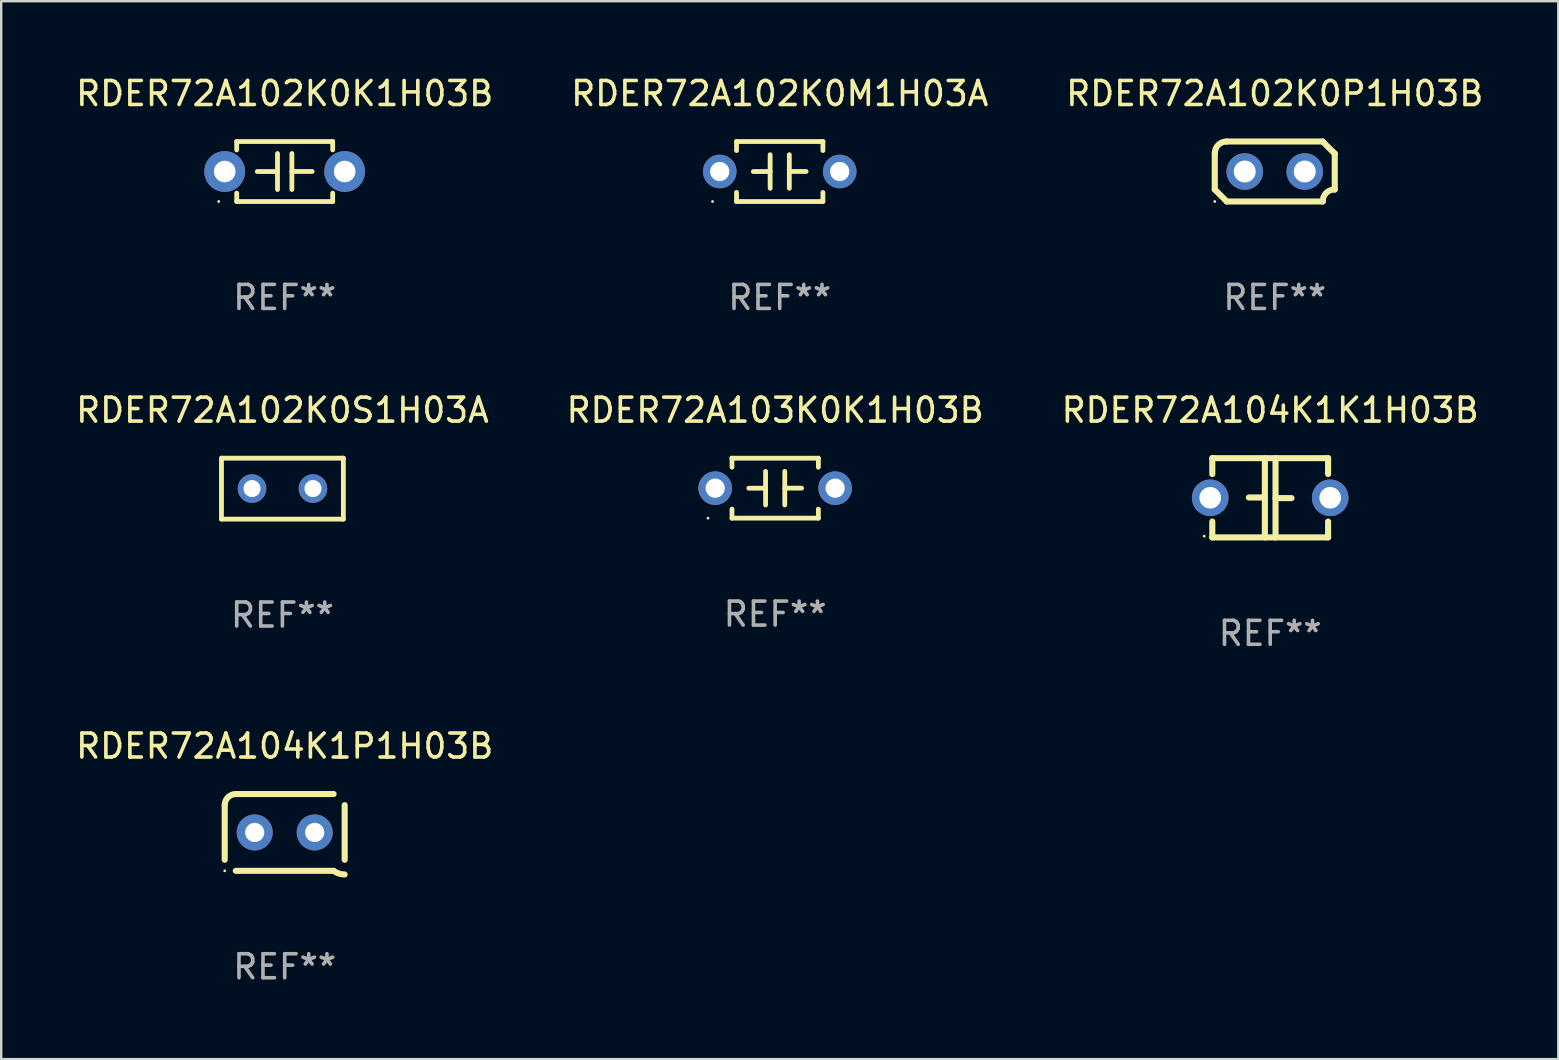
<source format=kicad_pcb>
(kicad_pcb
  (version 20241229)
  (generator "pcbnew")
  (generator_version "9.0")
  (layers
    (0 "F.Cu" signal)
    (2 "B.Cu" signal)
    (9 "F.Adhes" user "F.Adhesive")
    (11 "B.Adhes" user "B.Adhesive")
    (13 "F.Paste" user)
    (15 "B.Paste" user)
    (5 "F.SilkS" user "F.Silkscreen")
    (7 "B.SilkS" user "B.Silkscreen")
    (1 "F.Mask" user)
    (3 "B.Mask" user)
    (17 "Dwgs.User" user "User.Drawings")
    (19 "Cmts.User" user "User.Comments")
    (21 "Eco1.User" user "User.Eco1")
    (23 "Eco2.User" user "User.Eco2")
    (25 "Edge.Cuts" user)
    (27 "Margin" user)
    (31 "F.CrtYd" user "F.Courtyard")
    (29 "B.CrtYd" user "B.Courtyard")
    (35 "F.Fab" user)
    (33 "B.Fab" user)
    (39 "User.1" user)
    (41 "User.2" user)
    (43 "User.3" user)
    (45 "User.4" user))
  (footprint "RDER72A102K0S1H03A"
    (layer "F.Cu")
    (at 8.72 17.315)
    (property "Reference" "RDER72A102K0S1H03A" (at 0 -3.27 0) (layer "F.SilkS") (effects (font (size 1 1) (thickness 0.15))))
    (attr through_hole)
    (fp_line (start -2.54 -1.27) (end -2.54 1.27) (stroke (width 0.201) (type solid)) (layer "F.SilkS"))
    (fp_line (start -2.54 1.27) (end 2.54 1.27) (stroke (width 0.201) (type solid)) (layer "F.SilkS"))
    (fp_line (start 2.54 -1.27) (end -2.54 -1.27) (stroke (width 0.201) (type solid)) (layer "F.SilkS"))
    (fp_line (start 2.54 1.27) (end 2.54 -1.27) (stroke (width 0.201) (type solid)) (layer "F.SilkS"))
    (fp_circle (center -2.497 1.247) (end -2.467 1.247) (stroke (width 0.06) (type solid)) (fill no) (layer "F.SilkS"))
    (fp_text user "REF**" (at 0 5.27 0) (layer "F.Fab") (effects (font (size 1 1) (thickness 0.15))))
    (pad "1" thru_hole circle (at -1.267 -0.003) (size 1.194 1.194) (drill 0.711) (layers "*.Cu" "*.Mask"))
    (pad "2" thru_hole circle (at 1.273 -0.003) (size 1.194 1.194) (drill 0.711) (layers "*.Cu" "*.Mask")))
  (footprint "RDER72A104K1K1H03B"
    (layer "F.Cu")
    (at 49.887 17.696)
    (property "Reference" "RDER72A104K1K1H03B" (at 0 -3.651 0) (layer "F.SilkS") (effects (font (size 1 1) (thickness 0.15))))
    (attr through_hole)
    (fp_line (start -2.413 -1.651) (end 2.413 -1.651) (stroke (width 0.254) (type solid)) (layer "F.SilkS"))
    (fp_line (start -2.413 -0.989) (end -2.413 -1.651) (stroke (width 0.254) (type solid)) (layer "F.SilkS"))
    (fp_line (start -2.413 1.651) (end -2.413 0.989) (stroke (width 0.254) (type solid)) (layer "F.SilkS"))
    (fp_line (start -0.222 -0.013) (end -0.889 -0.013) (stroke (width 0.254) (type solid)) (layer "F.SilkS"))
    (fp_line (start -0.222 1.651) (end -0.222 -1.651) (stroke (width 0.254) (type solid)) (layer "F.SilkS"))
    (fp_line (start 0.222 -1.651) (end 0.222 1.651) (stroke (width 0.254) (type solid)) (layer "F.SilkS"))
    (fp_line (start 0.222 0.013) (end 0.889 0.013) (stroke (width 0.254) (type solid)) (layer "F.SilkS"))
    (fp_line (start 2.413 -1.651) (end 2.413 -0.989) (stroke (width 0.254) (type solid)) (layer "F.SilkS"))
    (fp_line (start 2.413 0.989) (end 2.413 1.651) (stroke (width 0.254) (type solid)) (layer "F.SilkS"))
    (fp_line (start 2.413 1.651) (end -2.413 1.651) (stroke (width 0.254) (type solid)) (layer "F.SilkS"))
    (fp_circle (center -2.75 1.6) (end -2.72 1.6) (stroke (width 0.06) (type solid)) (fill no) (layer "F.SilkS"))
    (fp_text user "REF**" (at 0 5.651 0) (layer "F.Fab") (effects (font (size 1 1) (thickness 0.15))))
    (pad "1" thru_hole circle (at -2.5 0) (size 1.524 1.524) (drill 0.9) (layers "*.Cu" "*.Mask"))
    (pad "2" thru_hole circle (at 2.5 0) (size 1.524 1.524) (drill 0.9) (layers "*.Cu" "*.Mask")))
  (footprint "RDER72A102K0K1H03B"
    (layer "F.Cu")
    (at 8.815 4.098)
    (property "Reference" "RDER72A102K0K1H03B" (at 0 -3.25 0) (layer "F.SilkS") (effects (font (size 1 1) (thickness 0.15))))
    (attr through_hole)
    (fp_line (start -2 -1.25) (end -2 -0.901) (stroke (width 0.2) (type solid)) (layer "F.SilkS"))
    (fp_line (start -2 -1.25) (end 2 -1.25) (stroke (width 0.2) (type solid)) (layer "F.SilkS"))
    (fp_line (start -2 0.901) (end -2 1.25) (stroke (width 0.2) (type solid)) (layer "F.SilkS"))
    (fp_line (start -0.3 -0.75) (end -0.3 0.75) (stroke (width 0.2) (type solid)) (layer "F.SilkS"))
    (fp_line (start -0.3 0.001) (end -1.143 0.001) (stroke (width 0.2) (type solid)) (layer "F.SilkS"))
    (fp_line (start 0.3 -0.001) (end 1.143 -0.001) (stroke (width 0.2) (type solid)) (layer "F.SilkS"))
    (fp_line (start 0.3 0.75) (end 0.3 -0.75) (stroke (width 0.2) (type solid)) (layer "F.SilkS"))
    (fp_line (start 2 -1.25) (end 2 -0.901) (stroke (width 0.2) (type solid)) (layer "F.SilkS"))
    (fp_line (start 2 0.901) (end 2 1.25) (stroke (width 0.2) (type solid)) (layer "F.SilkS"))
    (fp_line (start 2 1.25) (end -2 1.25) (stroke (width 0.2) (type solid)) (layer "F.SilkS"))
    (fp_circle (center -2.75 1.25) (end -2.72 1.25) (stroke (width 0.06) (type solid)) (fill no) (layer "F.SilkS"))
    (fp_text user "REF**" (at 0 5.25 0) (layer "F.Fab") (effects (font (size 1 1) (thickness 0.15))))
    (pad "1" thru_hole circle (at -2.5 0) (size 1.7 1.7) (drill 0.9) (layers "*.Cu" "*.Mask"))
    (pad "2" thru_hole circle (at 2.5 0) (size 1.7 1.7) (drill 0.9) (layers "*.Cu" "*.Mask")))
  (footprint "RDER72A103K0K1H03B"
    (layer "F.Cu")
    (at 29.256 17.295)
    (property "Reference" "RDER72A103K0K1H03B" (at 0 -3.25 0) (layer "F.SilkS") (effects (font (size 1 1) (thickness 0.15))))
    (attr through_hole)
    (fp_line (start -1.8 -1.25) (end -1.8 -0.872) (stroke (width 0.2) (type solid)) (layer "F.SilkS"))
    (fp_line (start -1.8 -1.25) (end 1.8 -1.25) (stroke (width 0.2) (type solid)) (layer "F.SilkS"))
    (fp_line (start -1.8 0.872) (end -1.8 1.25) (stroke (width 0.2) (type solid)) (layer "F.SilkS"))
    (fp_line (start -1.8 1.25) (end 1.8 1.25) (stroke (width 0.2) (type solid)) (layer "F.SilkS"))
    (fp_line (start -0.4 -0.7) (end -0.4 0.7) (stroke (width 0.2) (type solid)) (layer "F.SilkS"))
    (fp_line (start -0.4 0.002) (end -1.1 0.002) (stroke (width 0.2) (type solid)) (layer "F.SilkS"))
    (fp_line (start 0.4 -0.001) (end 1.1 -0.001) (stroke (width 0.2) (type solid)) (layer "F.SilkS"))
    (fp_line (start 0.4 0.7) (end 0.4 -0.7) (stroke (width 0.2) (type solid)) (layer "F.SilkS"))
    (fp_line (start 1.8 -1.25) (end 1.8 -0.872) (stroke (width 0.2) (type solid)) (layer "F.SilkS"))
    (fp_line (start 1.8 0.872) (end 1.8 1.25) (stroke (width 0.2) (type solid)) (layer "F.SilkS"))
    (fp_circle (center -2.8 1.25) (end -2.77 1.25) (stroke (width 0.06) (type solid)) (fill no) (layer "F.SilkS"))
    (fp_text user "REF**" (at 0 5.25 0) (layer "F.Fab") (effects (font (size 1 1) (thickness 0.15))))
    (pad "1" thru_hole circle (at -2.5 0) (size 1.4 1.4) (drill 0.8) (layers "*.Cu" "*.Mask"))
    (pad "2" thru_hole circle (at 2.5 0) (size 1.4 1.4) (drill 0.8) (layers "*.Cu" "*.Mask")))
  (footprint "RDER72A102K0M1H03A"
    (layer "F.Cu")
    (at 29.446 4.098)
    (property "Reference" "RDER72A102K0M1H03A" (at 0 -3.25 0) (layer "F.SilkS") (effects (font (size 1 1) (thickness 0.15))))
    (attr through_hole)
    (fp_line (start -1.8 -1.25) (end -1.8 -0.872) (stroke (width 0.2) (type solid)) (layer "F.SilkS"))
    (fp_line (start -1.8 -1.25) (end 1.8 -1.25) (stroke (width 0.2) (type solid)) (layer "F.SilkS"))
    (fp_line (start -1.8 0.872) (end -1.8 1.25) (stroke (width 0.2) (type solid)) (layer "F.SilkS"))
    (fp_line (start -1.8 1.25) (end 1.8 1.25) (stroke (width 0.2) (type solid)) (layer "F.SilkS"))
    (fp_line (start -0.4 -0.7) (end -0.4 0.7) (stroke (width 0.2) (type solid)) (layer "F.SilkS"))
    (fp_line (start -0.4 0.002) (end -1.1 0.002) (stroke (width 0.2) (type solid)) (layer "F.SilkS"))
    (fp_line (start 0.4 -0.001) (end 1.1 -0.001) (stroke (width 0.2) (type solid)) (layer "F.SilkS"))
    (fp_line (start 0.4 0.7) (end 0.4 -0.7) (stroke (width 0.2) (type solid)) (layer "F.SilkS"))
    (fp_line (start 1.8 -1.25) (end 1.8 -0.872) (stroke (width 0.2) (type solid)) (layer "F.SilkS"))
    (fp_line (start 1.8 0.872) (end 1.8 1.25) (stroke (width 0.2) (type solid)) (layer "F.SilkS"))
    (fp_circle (center -2.8 1.25) (end -2.77 1.25) (stroke (width 0.06) (type solid)) (fill no) (layer "F.SilkS"))
    (fp_text user "REF**" (at 0 5.25 0) (layer "F.Fab") (effects (font (size 1 1) (thickness 0.15))))
    (pad "1" thru_hole circle (at -2.5 0) (size 1.4 1.4) (drill 0.8) (layers "*.Cu" "*.Mask"))
    (pad "2" thru_hole circle (at 2.5 0) (size 1.4 1.4) (drill 0.8) (layers "*.Cu" "*.Mask")))
  (footprint "RDER72A104K1P1H03B"
    (layer "F.Cu")
    (at 8.815 31.643)
    (property "Reference" "RDER72A104K1P1H03B" (at 0 -3.6 0) (layer "F.SilkS") (effects (font (size 1 1) (thickness 0.15))))
    (attr through_hole)
    (fp_line (start -2.5 1.138) (end -2.5 -1.138) (stroke (width 0.254) (type solid)) (layer "F.SilkS"))
    (fp_line (start -2.038 1.6) (end 2.038 1.6) (stroke (width 0.254) (type solid)) (layer "F.SilkS"))
    (fp_line (start 2.038 -1.6) (end -2.038 -1.6) (stroke (width 0.254) (type solid)) (layer "F.SilkS"))
    (fp_line (start 2.5 -1.138) (end 2.5 1.138) (stroke (width 0.254) (type solid)) (layer "F.SilkS"))
    (fp_arc (start -2.5 -1.137744) (mid -2.364601 -1.464626) (end -2.037719 -1.600025) (stroke (width 0.254001) (type solid)) (layer "F.SilkS"))
    (fp_arc (start -2.5 1.137719) (mid 2.500022 -1.137741) (end -2.5 1.137719) (stroke (width 0.254001) (type solid)) (layer "F.SilkS"))
    (fp_arc (start 2.5 1.751767) (mid 2.256726 1.712861) (end 2.037719 1.600025) (stroke (width 0.254001) (type solid)) (layer "F.SilkS"))
    (fp_circle (center -2.5 1.6) (end -2.47 1.6) (stroke (width 0.06) (type solid)) (fill no) (layer "F.SilkS"))
    (fp_text user "REF**" (at 0 5.6 0) (layer "F.Fab") (effects (font (size 1 1) (thickness 0.15))))
    (pad "1" thru_hole circle (at -1.25 -0.000076) (size 1.5 1.5) (drill 0.8) (layers "*.Cu" "*.Mask"))
    (pad "2" thru_hole circle (at 1.25 -0.000076) (size 1.5 1.5) (drill 0.8) (layers "*.Cu" "*.Mask")))
  (footprint "RDER72A102K0P1H03B"
    (layer "F.Cu")
    (at 50.077 4.098)
    (property "Reference" "RDER72A102K0P1H03B" (at 0 -3.25 0) (layer "F.SilkS") (effects (font (size 1 1) (thickness 0.15))))
    (attr through_hole)
    (fp_line (start -2.5 -0.75) (end -2.5 0.75) (stroke (width 0.254) (type solid)) (layer "F.SilkS"))
    (fp_line (start -2 -1.25) (end 2 -1.25) (stroke (width 0.254) (type solid)) (layer "F.SilkS"))
    (fp_line (start 2 1.25) (end -2 1.25) (stroke (width 0.254) (type solid)) (layer "F.SilkS"))
    (fp_line (start 2.5 0.75) (end 2.5 -0.75) (stroke (width 0.254) (type solid)) (layer "F.SilkS"))
    (fp_arc (start -2.5 0.749962) (mid -2.249559 0.999558) (end -1.99929 1.249325) (stroke (width 0.254001) (type solid)) (layer "F.SilkS"))
    (fp_arc (start -2.499366 -0.749302) (mid -2.356411 -1.106098) (end -2 -1.250013) (stroke (width 0.254001) (type solid)) (layer "F.SilkS"))
    (fp_arc (start 2 1.250013) (mid 2.142747 0.89301) (end 2.499364 0.749302) (stroke (width 0.254001) (type solid)) (layer "F.SilkS"))
    (fp_arc (start 2.5 -0.749962) (mid 2.245609 -0.995598) (end 1.999289 -1.249327) (stroke (width 0.254001) (type solid)) (layer "F.SilkS"))
    (fp_circle (center -2.5 1.25) (end -2.47 1.25) (stroke (width 0.06) (type solid)) (fill no) (layer "F.SilkS"))
    (fp_text user "REF**" (at 0 5.25 0) (layer "F.Fab") (effects (font (size 1 1) (thickness 0.15))))
    (pad "1" thru_hole circle (at -1.25 0) (size 1.524 1.524) (drill 0.914) (layers "*.Cu" "*.Mask"))
    (pad "2" thru_hole circle (at 1.25 0) (size 1.524 1.524) (drill 0.914) (layers "*.Cu" "*.Mask")))
  (gr_rect
    (start -3 -3)
    (end 61.893 41.092)
    (stroke (width 0.1) (type default))
    (fill no)
    (layer "Edge.Cuts")))
</source>
